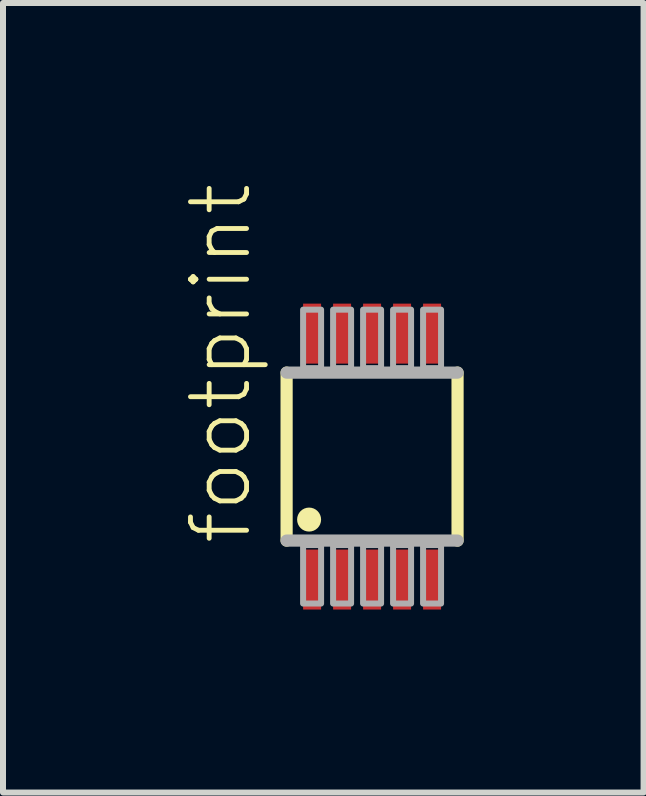
<source format=kicad_pcb>
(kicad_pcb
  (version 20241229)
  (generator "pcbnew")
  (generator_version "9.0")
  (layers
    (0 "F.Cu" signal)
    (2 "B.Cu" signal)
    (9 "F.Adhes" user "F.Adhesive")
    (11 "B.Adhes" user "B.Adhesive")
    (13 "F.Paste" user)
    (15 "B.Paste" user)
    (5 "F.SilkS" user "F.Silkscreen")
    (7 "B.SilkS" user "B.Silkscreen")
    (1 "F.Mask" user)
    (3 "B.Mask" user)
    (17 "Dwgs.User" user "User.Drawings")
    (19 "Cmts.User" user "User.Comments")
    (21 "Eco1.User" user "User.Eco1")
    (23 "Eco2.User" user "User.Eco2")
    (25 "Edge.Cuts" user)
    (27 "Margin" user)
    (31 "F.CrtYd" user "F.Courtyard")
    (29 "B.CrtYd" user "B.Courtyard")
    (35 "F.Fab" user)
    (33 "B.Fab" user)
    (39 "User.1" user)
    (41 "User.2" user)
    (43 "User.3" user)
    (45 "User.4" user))
  (footprint "footprint"
    (layer "F.Cu")
    (at 3.153 4.562)
    (property "Reference" "footprint" (at -1.974 1.504 90) (layer "F.SilkS") (effects (font (size 0.935 0.935) (thickness 0.081)) (justify left bottom)))
    (fp_poly (pts (xy -1.2 2.6) (xy -0.8 2.6) (xy -0.8 1.5) (xy -1.2 1.5)) (stroke (width 0) (type solid)) (fill yes) (layer "F.Mask"))
    (fp_poly (pts (xy -0.8 -2.6) (xy -1.2 -2.6) (xy -1.2 -1.5) (xy -0.8 -1.5)) (stroke (width 0) (type solid)) (fill yes) (layer "F.Mask"))
    (fp_poly (pts (xy -0.7 2.6) (xy -0.3 2.6) (xy -0.3 1.5) (xy -0.7 1.5)) (stroke (width 0) (type solid)) (fill yes) (layer "F.Mask"))
    (fp_poly (pts (xy -0.3 -2.6) (xy -0.7 -2.6) (xy -0.7 -1.5) (xy -0.3 -1.5)) (stroke (width 0) (type solid)) (fill yes) (layer "F.Mask"))
    (fp_poly (pts (xy -0.2 2.6) (xy 0.2 2.6) (xy 0.2 1.5) (xy -0.2 1.5)) (stroke (width 0) (type solid)) (fill yes) (layer "F.Mask"))
    (fp_poly (pts (xy 0.2 -2.6) (xy -0.2 -2.6) (xy -0.2 -1.5) (xy 0.2 -1.5)) (stroke (width 0) (type solid)) (fill yes) (layer "F.Mask"))
    (fp_poly (pts (xy 0.3 2.6) (xy 0.7 2.6) (xy 0.7 1.5) (xy 0.3 1.5)) (stroke (width 0) (type solid)) (fill yes) (layer "F.Mask"))
    (fp_poly (pts (xy 0.7 -2.6) (xy 0.3 -2.6) (xy 0.3 -1.5) (xy 0.7 -1.5)) (stroke (width 0) (type solid)) (fill yes) (layer "F.Mask"))
    (fp_poly (pts (xy 0.8 2.6) (xy 1.2 2.6) (xy 1.2 1.5) (xy 0.8 1.5)) (stroke (width 0) (type solid)) (fill yes) (layer "F.Mask"))
    (fp_poly (pts (xy 1.2 -2.6) (xy 0.8 -2.6) (xy 0.8 -1.5) (xy 1.2 -1.5)) (stroke (width 0) (type solid)) (fill yes) (layer "F.Mask"))
    (fp_line (start -1.425 -1.4) (end -1.425 1.4) (stroke (width 0.203) (type solid)) (layer "F.SilkS"))
    (fp_line (start 1.425 1.4) (end 1.425 -1.4) (stroke (width 0.203) (type solid)) (layer "F.SilkS"))
    (fp_circle (center -1.05 1.05) (end -0.95 1.05) (stroke (width 0.2) (type solid)) (fill yes) (layer "F.SilkS"))
    (fp_poly (pts (xy -1.125 2.5) (xy -0.875 2.5) (xy -0.875 1.625) (xy -1.125 1.625)) (stroke (width 0) (type solid)) (fill yes) (layer "F.Paste"))
    (fp_poly (pts (xy -0.875 -2.5) (xy -1.125 -2.5) (xy -1.125 -1.625) (xy -0.875 -1.625)) (stroke (width 0) (type solid)) (fill yes) (layer "F.Paste"))
    (fp_poly (pts (xy -0.625 2.5) (xy -0.375 2.5) (xy -0.375 1.625) (xy -0.625 1.625)) (stroke (width 0) (type solid)) (fill yes) (layer "F.Paste"))
    (fp_poly (pts (xy -0.375 -2.5) (xy -0.625 -2.5) (xy -0.625 -1.625) (xy -0.375 -1.625)) (stroke (width 0) (type solid)) (fill yes) (layer "F.Paste"))
    (fp_poly (pts (xy -0.125 2.5) (xy 0.125 2.5) (xy 0.125 1.625) (xy -0.125 1.625)) (stroke (width 0) (type solid)) (fill yes) (layer "F.Paste"))
    (fp_poly (pts (xy 0.125 -2.5) (xy -0.125 -2.5) (xy -0.125 -1.625) (xy 0.125 -1.625)) (stroke (width 0) (type solid)) (fill yes) (layer "F.Paste"))
    (fp_poly (pts (xy 0.375 2.5) (xy 0.625 2.5) (xy 0.625 1.625) (xy 0.375 1.625)) (stroke (width 0) (type solid)) (fill yes) (layer "F.Paste"))
    (fp_poly (pts (xy 0.625 -2.5) (xy 0.375 -2.5) (xy 0.375 -1.625) (xy 0.625 -1.625)) (stroke (width 0) (type solid)) (fill yes) (layer "F.Paste"))
    (fp_poly (pts (xy 0.875 2.5) (xy 1.125 2.5) (xy 1.125 1.625) (xy 0.875 1.625)) (stroke (width 0) (type solid)) (fill yes) (layer "F.Paste"))
    (fp_poly (pts (xy 1.125 -2.5) (xy 0.875 -2.5) (xy 0.875 -1.625) (xy 1.125 -1.625)) (stroke (width 0) (type solid)) (fill yes) (layer "F.Paste"))
    (fp_line (start -1.425 1.4) (end 1.425 1.4) (stroke (width 0.203) (type solid)) (layer "F.Fab"))
    (fp_line (start 1.425 -1.4) (end -1.425 -1.4) (stroke (width 0.203) (type solid)) (layer "F.Fab"))
    (fp_poly (pts (xy -1.15 2.45) (xy -0.85 2.45) (xy -0.85 1.475) (xy -1.15 1.475)) (stroke (width 0.1) (type solid)) (fill no) (layer "F.Fab"))
    (fp_poly (pts (xy -0.85 -2.45) (xy -1.15 -2.45) (xy -1.15 -1.475) (xy -0.85 -1.475)) (stroke (width 0.1) (type solid)) (fill no) (layer "F.Fab"))
    (fp_poly (pts (xy -0.65 2.45) (xy -0.35 2.45) (xy -0.35 1.475) (xy -0.65 1.475)) (stroke (width 0.1) (type solid)) (fill no) (layer "F.Fab"))
    (fp_poly (pts (xy -0.35 -2.45) (xy -0.65 -2.45) (xy -0.65 -1.475) (xy -0.35 -1.475)) (stroke (width 0.1) (type solid)) (fill no) (layer "F.Fab"))
    (fp_poly (pts (xy -0.15 2.45) (xy 0.15 2.45) (xy 0.15 1.475) (xy -0.15 1.475)) (stroke (width 0.1) (type solid)) (fill no) (layer "F.Fab"))
    (fp_poly (pts (xy 0.15 -2.45) (xy -0.15 -2.45) (xy -0.15 -1.475) (xy 0.15 -1.475)) (stroke (width 0.1) (type solid)) (fill no) (layer "F.Fab"))
    (fp_poly (pts (xy 0.35 2.45) (xy 0.65 2.45) (xy 0.65 1.475) (xy 0.35 1.475)) (stroke (width 0.1) (type solid)) (fill no) (layer "F.Fab"))
    (fp_poly (pts (xy 0.65 -2.45) (xy 0.35 -2.45) (xy 0.35 -1.475) (xy 0.65 -1.475)) (stroke (width 0.1) (type solid)) (fill no) (layer "F.Fab"))
    (fp_poly (pts (xy 0.85 2.45) (xy 1.15 2.45) (xy 1.15 1.475) (xy 0.85 1.475)) (stroke (width 0.1) (type solid)) (fill no) (layer "F.Fab"))
    (fp_poly (pts (xy 1.15 -2.45) (xy 0.85 -2.45) (xy 0.85 -1.475) (xy 1.15 -1.475)) (stroke (width 0.1) (type solid)) (fill no) (layer "F.Fab"))
    (pad "1" smd rect (at -1 2.05) (size 0.3 1) (layers "F.Cu"))
    (pad "2" smd rect (at -0.5 2.05) (size 0.3 1) (layers "F.Cu"))
    (pad "3" smd rect (at 0 2.05) (size 0.3 1) (layers "F.Cu"))
    (pad "4" smd rect (at 0.5 2.05) (size 0.3 1) (layers "F.Cu"))
    (pad "5" smd rect (at 1 2.05) (size 0.3 1) (layers "F.Cu"))
    (pad "6" smd rect (at 1 -2.05 180) (size 0.3 1) (layers "F.Cu"))
    (pad "7" smd rect (at 0.5 -2.05 180) (size 0.3 1) (layers "F.Cu"))
    (pad "8" smd rect (at 0 -2.05 180) (size 0.3 1) (layers "F.Cu"))
    (pad "9" smd rect (at -0.5 -2.05 180) (size 0.3 1) (layers "F.Cu"))
    (pad "10" smd rect (at -1 -2.05 180) (size 0.3 1) (layers "F.Cu")))
  (gr_rect
    (start -3 -3)
    (end 7.679 10.162)
    (stroke (width 0.1) (type default))
    (fill no)
    (layer "Edge.Cuts")))
</source>
